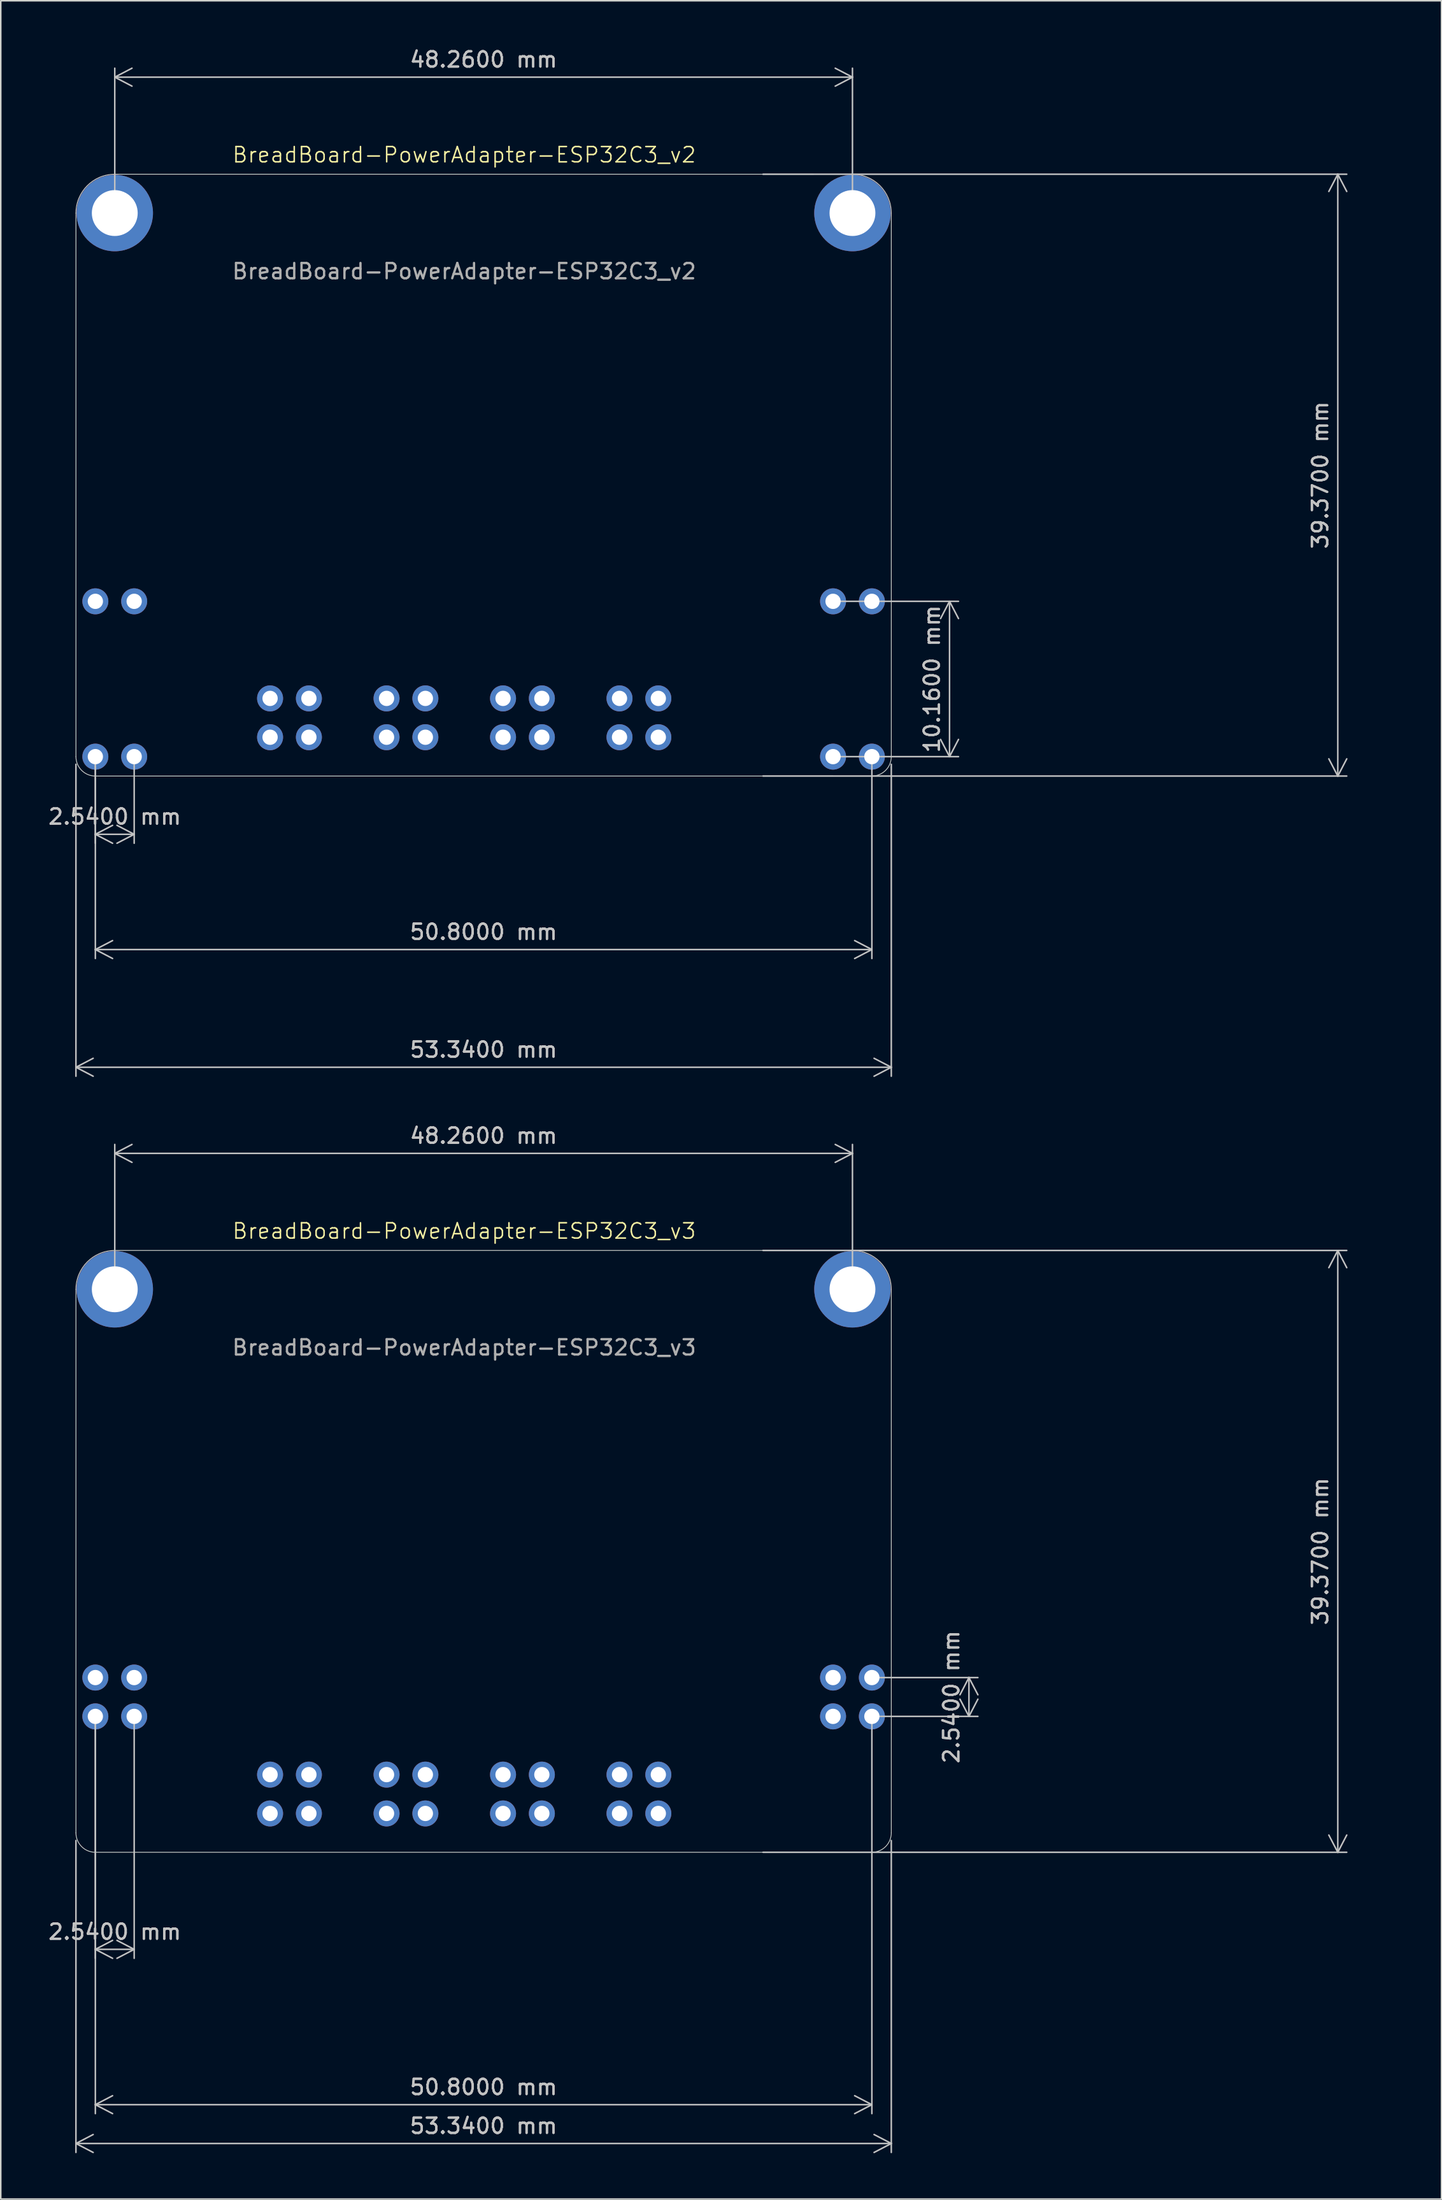
<source format=kicad_pcb>
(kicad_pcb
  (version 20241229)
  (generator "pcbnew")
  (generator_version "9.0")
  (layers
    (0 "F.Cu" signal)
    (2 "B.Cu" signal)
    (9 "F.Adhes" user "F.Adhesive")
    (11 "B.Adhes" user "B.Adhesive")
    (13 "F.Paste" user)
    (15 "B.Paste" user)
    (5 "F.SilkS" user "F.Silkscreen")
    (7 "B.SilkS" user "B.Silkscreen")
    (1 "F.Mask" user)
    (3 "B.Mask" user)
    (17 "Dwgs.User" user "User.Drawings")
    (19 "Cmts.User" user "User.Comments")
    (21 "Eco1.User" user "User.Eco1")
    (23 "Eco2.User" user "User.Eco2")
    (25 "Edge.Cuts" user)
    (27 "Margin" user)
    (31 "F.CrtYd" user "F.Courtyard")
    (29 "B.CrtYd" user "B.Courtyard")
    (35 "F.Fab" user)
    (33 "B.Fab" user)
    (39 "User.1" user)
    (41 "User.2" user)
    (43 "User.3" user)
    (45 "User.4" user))
  (footprint "BreadBoard-PowerAdapter-ESP32C3_v3"
    (layer "F.Cu")
    (at 27.318 104.153)
    (property "Reference" "BreadBoard-PowerAdapter-ESP32C3_v3" (at 0 -26.67 0) (unlocked yes) (layer "F.SilkS") (effects (font (size 1 1) (thickness 0.1))))
    (attr through_hole)
    (fp_line (start -25.4 12.7) (end -25.4 -22.86) (stroke (width 0.05) (type default)) (layer "Edge.Cuts"))
    (fp_line (start -24.13 13.97) (end 24.13 13.97) (stroke (width 0.05) (type default)) (layer "Edge.Cuts"))
    (fp_line (start -22.86 -25.4) (end 22.86 -25.4) (stroke (width 0.05) (type default)) (layer "Edge.Cuts"))
    (fp_line (start 27.94 -22.86) (end 27.94 12.7) (stroke (width 0.05) (type default)) (layer "Edge.Cuts"))
    (fp_arc (start -25.4 -22.86) (mid -24.656051 -24.656051) (end -22.86 -25.4) (stroke (width 0.05) (type default)) (layer "Edge.Cuts"))
    (fp_arc (start -24.13 13.97) (mid -25.028026 13.598026) (end -25.4 12.7) (stroke (width 0.05) (type default)) (layer "Edge.Cuts"))
    (fp_arc (start 25.4 -25.4) (mid 27.196051 -24.656051) (end 27.94 -22.86) (stroke (width 0.05) (type default)) (layer "Edge.Cuts"))
    (fp_arc (start 27.94 12.7) (mid 27.568026 13.598026) (end 26.67 13.97) (stroke (width 0.05) (type default)) (layer "Edge.Cuts"))
    (fp_text user "${REFERENCE}" (at 0 -19.05 0) (unlocked yes) (layer "F.Fab") (effects (font (size 1 1) (thickness 0.15))))
    (dimension (type aligned) (layer "Dwgs.User") (pts (xy 46.368 118.123) (xy 46.368 78.753)) (height 38.1) (format (prefix "") (suffix "") (units 3) (units_format 1) (precision 4)) (style (thickness 0.1) (arrow_length 1.27) (text_position_mode 0) (arrow_direction outward) (extension_height 0.586) (extension_offset 0.5) (keep_text_aligned yes)) (gr_text "39.3700 mm" (at 83.318 98.438 90) (layer "Dwgs.User") (effects (font (size 1 1) (thickness 0.15)))))
    (dimension (type aligned) (layer "Dwgs.User") (pts (xy 1.918 116.853) (xy 55.258 116.853)) (height 20.32) (format (prefix "") (suffix "") (units 3) (units_format 1) (precision 4)) (style (thickness 0.1) (arrow_length 1.27) (text_position_mode 0) (arrow_direction outward) (extension_height 0.586) (extension_offset 0.5) (keep_text_aligned yes)) (gr_text "53.3400 mm" (at 28.588 136.023 0) (layer "Dwgs.User") (effects (font (size 1 1) (thickness 0.15)))))
    (dimension (type aligned) (layer "Dwgs.User") (pts (xy 4.458 81.293) (xy 52.718 81.293)) (height -8.89) (format (prefix "") (suffix "") (units 3) (units_format 1) (precision 4)) (style (thickness 0.1) (arrow_length 1.27) (text_position_mode 0) (arrow_direction outward) (extension_height 0.586) (extension_offset 0.5) (keep_text_aligned yes)) (gr_text "48.2600 mm" (at 28.588 71.253 0) (layer "Dwgs.User") (effects (font (size 1 1) (thickness 0.15)))))
    (dimension (type aligned) (layer "Dwgs.User") (pts (xy 53.988 106.693) (xy 53.988 109.233)) (height -6.35) (format (prefix "") (suffix "") (units 3) (units_format 1) (precision 4)) (style (thickness 0.1) (arrow_length 1.27) (text_position_mode 0) (arrow_direction outward) (extension_height 0.586) (extension_offset 0.5) (keep_text_aligned yes)) (gr_text "2.5400 mm" (at 59.188 107.963 90) (layer "Dwgs.User") (effects (font (size 1 1) (thickness 0.15)))))
    (dimension (type aligned) (layer "Dwgs.User") (pts (xy 3.188 109.233) (xy 5.728 109.233)) (height 15.24) (format (prefix "") (suffix "") (units 3) (units_format 1) (precision 4)) (style (thickness 0.1) (arrow_length 1.27) (text_position_mode 0) (arrow_direction outward) (extension_height 0.586) (extension_offset 0.5) (keep_text_aligned yes)) (gr_text "2.5400 mm" (at 4.458 123.323 0) (layer "Dwgs.User") (effects (font (size 1 1) (thickness 0.15)))))
    (dimension (type aligned) (layer "Dwgs.User") (pts (xy 3.188 109.233) (xy 53.988 109.233)) (height 25.4) (format (prefix "") (suffix "") (units 3) (units_format 1) (precision 4)) (style (thickness 0.1) (arrow_length 1.27) (text_position_mode 0) (arrow_direction outward) (extension_height 0.586) (extension_offset 0.5) (keep_text_aligned yes)) (gr_text "50.8000 mm" (at 28.588 133.483 0) (layer "Dwgs.User") (effects (font (size 1 1) (thickness 0.15)))))
    (pad "1" thru_hole circle (at -12.7 8.89) (size 1.7 1.7) (drill 1) (layers "*.Cu" "*.Mask"))
    (pad "2" thru_hole circle (at -12.7 11.43) (size 1.7 1.7) (drill 1) (layers "*.Cu" "*.Mask"))
    (pad "3" thru_hole circle (at -10.16 8.89) (size 1.7 1.7) (drill 1) (layers "*.Cu" "*.Mask"))
    (pad "4" thru_hole circle (at -10.16 11.43) (size 1.7 1.7) (drill 1) (layers "*.Cu" "*.Mask"))
    (pad "5" thru_hole circle (at -5.08 8.89) (size 1.7 1.7) (drill 1) (layers "*.Cu" "*.Mask"))
    (pad "6" thru_hole circle (at -5.08 11.43) (size 1.7 1.7) (drill 1) (layers "*.Cu" "*.Mask"))
    (pad "7" thru_hole circle (at -2.54 8.89) (size 1.7 1.7) (drill 1) (layers "*.Cu" "*.Mask"))
    (pad "8" thru_hole circle (at -2.54 11.43) (size 1.7 1.7) (drill 1) (layers "*.Cu" "*.Mask"))
    (pad "9" thru_hole circle (at 2.54 8.89) (size 1.7 1.7) (drill 1) (layers "*.Cu" "*.Mask"))
    (pad "10" thru_hole circle (at 2.54 11.43) (size 1.7 1.7) (drill 1) (layers "*.Cu" "*.Mask"))
    (pad "11" thru_hole circle (at 5.08 8.89) (size 1.7 1.7) (drill 1) (layers "*.Cu" "*.Mask"))
    (pad "12" thru_hole circle (at 5.08 11.43) (size 1.7 1.7) (drill 1) (layers "*.Cu" "*.Mask"))
    (pad "13" thru_hole circle (at 10.16 8.89) (size 1.7 1.7) (drill 1) (layers "*.Cu" "*.Mask"))
    (pad "14" thru_hole circle (at 10.16 11.43) (size 1.7 1.7) (drill 1) (layers "*.Cu" "*.Mask"))
    (pad "15" thru_hole circle (at 12.7 8.89) (size 1.7 1.7) (drill 1) (layers "*.Cu" "*.Mask"))
    (pad "16" thru_hole circle (at 12.7 11.43) (size 1.7 1.7) (drill 1) (layers "*.Cu" "*.Mask"))
    (pad "G1" thru_hole circle (at -21.59 2.54) (size 1.7 1.7) (drill 1) (layers "*.Cu" "*.Mask"))
    (pad "G1" thru_hole circle (at -21.59 5.08) (size 1.7 1.7) (drill 1) (layers "*.Cu" "*.Mask"))
    (pad "G2" thru_hole circle (at 26.67 2.54) (size 1.7 1.7) (drill 1) (layers "*.Cu" "*.Mask"))
    (pad "G2" thru_hole circle (at 26.67 5.08) (size 1.7 1.7) (drill 1) (layers "*.Cu" "*.Mask"))
    (pad "GND" thru_hole circle (at -22.86 -22.86) (size 5 5) (drill 3) (layers "*.Cu" "*.Mask"))
    (pad "GND" thru_hole circle (at 25.4 -22.86) (size 5 5) (drill 3) (layers "*.Cu" "*.Mask"))
    (pad "V1" thru_hole circle (at -24.13 2.54) (size 1.7 1.7) (drill 1) (layers "*.Cu" "*.Mask"))
    (pad "V1" thru_hole circle (at -24.13 5.08) (size 1.7 1.7) (drill 1) (layers "*.Cu" "*.Mask"))
    (pad "V2" thru_hole circle (at 24.13 2.54) (size 1.7 1.7) (drill 1) (layers "*.Cu" "*.Mask"))
    (pad "V2" thru_hole circle (at 24.13 5.08) (size 1.7 1.7) (drill 1) (layers "*.Cu" "*.Mask")))
  (footprint "BreadBoard-PowerAdapter-ESP32C3_v2"
    (layer "F.Cu")
    (at 27.318 33.748)
    (property "Reference" "BreadBoard-PowerAdapter-ESP32C3_v2" (at 0 -26.67 0) (unlocked yes) (layer "F.SilkS") (effects (font (size 1 1) (thickness 0.1))))
    (attr through_hole)
    (fp_line (start -25.4 12.7) (end -25.4 -22.86) (stroke (width 0.05) (type default)) (layer "Edge.Cuts"))
    (fp_line (start -24.13 13.97) (end 24.13 13.97) (stroke (width 0.05) (type default)) (layer "Edge.Cuts"))
    (fp_line (start -22.86 -25.4) (end 22.86 -25.4) (stroke (width 0.05) (type default)) (layer "Edge.Cuts"))
    (fp_line (start 27.94 -22.86) (end 27.94 12.7) (stroke (width 0.05) (type default)) (layer "Edge.Cuts"))
    (fp_arc (start -25.4 -22.86) (mid -24.656051 -24.656051) (end -22.86 -25.4) (stroke (width 0.05) (type default)) (layer "Edge.Cuts"))
    (fp_arc (start -24.13 13.97) (mid -25.028026 13.598026) (end -25.4 12.7) (stroke (width 0.05) (type default)) (layer "Edge.Cuts"))
    (fp_arc (start 25.4 -25.4) (mid 27.196051 -24.656051) (end 27.94 -22.86) (stroke (width 0.05) (type default)) (layer "Edge.Cuts"))
    (fp_arc (start 27.94 12.7) (mid 27.568026 13.598026) (end 26.67 13.97) (stroke (width 0.05) (type default)) (layer "Edge.Cuts"))
    (fp_text user "${REFERENCE}" (at 0 -19.05 0) (unlocked yes) (layer "F.Fab") (effects (font (size 1 1) (thickness 0.15))))
    (dimension (type aligned) (layer "Dwgs.User") (pts (xy 3.188 46.448) (xy 53.988 46.448)) (height 12.619) (format (prefix "") (suffix "") (units 3) (units_format 1) (precision 4)) (style (thickness 0.1) (arrow_length 1.27) (text_position_mode 0) (arrow_direction outward) (extension_height 0.586) (extension_offset 0.5) (keep_text_aligned yes)) (gr_text "50.8000 mm" (at 28.588 57.918 2.255739275e-06) (layer "Dwgs.User") (effects (font (size 1 1) (thickness 0.15)))))
    (dimension (type aligned) (layer "Dwgs.User") (pts (xy 4.458 10.888) (xy 52.718 10.888)) (height -8.89) (format (prefix "") (suffix "") (units 3) (units_format 1) (precision 4)) (style (thickness 0.1) (arrow_length 1.27) (text_position_mode 0) (arrow_direction outward) (extension_height 0.586) (extension_offset 0.5) (keep_text_aligned yes)) (gr_text "48.2600 mm" (at 28.588 0.848 0) (layer "Dwgs.User") (effects (font (size 1 1) (thickness 0.15)))))
    (dimension (type aligned) (layer "Dwgs.User") (pts (xy 3.188 46.448) (xy 5.728 46.448)) (height 5.08) (format (prefix "") (suffix "") (units 3) (units_format 1) (precision 4)) (style (thickness 0.1) (arrow_length 1.27) (text_position_mode 0) (arrow_direction outward) (extension_height 0.586) (extension_offset 0.5) (keep_text_aligned yes)) (gr_text "2.5400 mm" (at 4.458 50.378 0) (layer "Dwgs.User") (effects (font (size 1 1) (thickness 0.15)))))
    (dimension (type aligned) (layer "Dwgs.User") (pts (xy 51.448 46.448) (xy 51.448 36.288)) (height 7.62) (format (prefix "") (suffix "") (units 3) (units_format 1) (precision 4)) (style (thickness 0.1) (arrow_length 1.27) (text_position_mode 0) (arrow_direction outward) (extension_height 0.586) (extension_offset 0.5) (keep_text_aligned yes)) (gr_text "10.1600 mm" (at 57.918 41.368 90) (layer "Dwgs.User") (effects (font (size 1 1) (thickness 0.15)))))
    (dimension (type aligned) (layer "Dwgs.User") (pts (xy 46.368 47.718) (xy 46.368 8.348)) (height 38.1) (format (prefix "") (suffix "") (units 3) (units_format 1) (precision 4)) (style (thickness 0.1) (arrow_length 1.27) (text_position_mode 0) (arrow_direction outward) (extension_height 0.586) (extension_offset 0.5) (keep_text_aligned yes)) (gr_text "39.3700 mm" (at 83.318 28.033 90) (layer "Dwgs.User") (effects (font (size 1 1) (thickness 0.15)))))
    (dimension (type aligned) (layer "Dwgs.User") (pts (xy 1.918 46.448) (xy 55.258 46.448)) (height 20.32) (format (prefix "") (suffix "") (units 3) (units_format 1) (precision 4)) (style (thickness 0.1) (arrow_length 1.27) (text_position_mode 0) (arrow_direction outward) (extension_height 0.586) (extension_offset 0.5) (keep_text_aligned yes)) (gr_text "53.3400 mm" (at 28.588 65.618 0) (layer "Dwgs.User") (effects (font (size 1 1) (thickness 0.15)))))
    (pad "1" thru_hole circle (at -12.7 8.89) (size 1.7 1.7) (drill 1) (layers "*.Cu" "*.Mask"))
    (pad "2" thru_hole circle (at -12.7 11.43) (size 1.7 1.7) (drill 1) (layers "*.Cu" "*.Mask"))
    (pad "3" thru_hole circle (at -10.16 8.89) (size 1.7 1.7) (drill 1) (layers "*.Cu" "*.Mask"))
    (pad "4" thru_hole circle (at -10.16 11.43) (size 1.7 1.7) (drill 1) (layers "*.Cu" "*.Mask"))
    (pad "5" thru_hole circle (at -5.08 8.89) (size 1.7 1.7) (drill 1) (layers "*.Cu" "*.Mask"))
    (pad "6" thru_hole circle (at -5.08 11.43) (size 1.7 1.7) (drill 1) (layers "*.Cu" "*.Mask"))
    (pad "7" thru_hole circle (at -2.54 8.89) (size 1.7 1.7) (drill 1) (layers "*.Cu" "*.Mask"))
    (pad "8" thru_hole circle (at -2.54 11.43) (size 1.7 1.7) (drill 1) (layers "*.Cu" "*.Mask"))
    (pad "9" thru_hole circle (at 2.54 8.89) (size 1.7 1.7) (drill 1) (layers "*.Cu" "*.Mask"))
    (pad "10" thru_hole circle (at 2.54 11.43) (size 1.7 1.7) (drill 1) (layers "*.Cu" "*.Mask"))
    (pad "11" thru_hole circle (at 5.08 8.89) (size 1.7 1.7) (drill 1) (layers "*.Cu" "*.Mask"))
    (pad "12" thru_hole circle (at 5.08 11.43) (size 1.7 1.7) (drill 1) (layers "*.Cu" "*.Mask"))
    (pad "13" thru_hole circle (at 10.16 8.89) (size 1.7 1.7) (drill 1) (layers "*.Cu" "*.Mask"))
    (pad "14" thru_hole circle (at 10.16 11.43) (size 1.7 1.7) (drill 1) (layers "*.Cu" "*.Mask"))
    (pad "15" thru_hole circle (at 12.7 8.89) (size 1.7 1.7) (drill 1) (layers "*.Cu" "*.Mask"))
    (pad "16" thru_hole circle (at 12.7 11.43) (size 1.7 1.7) (drill 1) (layers "*.Cu" "*.Mask"))
    (pad "G1" thru_hole circle (at -21.59 2.54) (size 1.7 1.7) (drill 1) (layers "*.Cu" "*.Mask"))
    (pad "G1" thru_hole circle (at -21.59 12.7) (size 1.7 1.7) (drill 1) (layers "*.Cu" "*.Mask"))
    (pad "G2" thru_hole circle (at 26.67 2.54) (size 1.7 1.7) (drill 1) (layers "*.Cu" "*.Mask"))
    (pad "G2" thru_hole circle (at 26.67 12.7) (size 1.7 1.7) (drill 1) (layers "*.Cu" "*.Mask"))
    (pad "GND" thru_hole circle (at -22.86 -22.86) (size 5 5) (drill 3) (layers "*.Cu" "*.Mask"))
    (pad "GND" thru_hole circle (at 25.4 -22.86) (size 5 5) (drill 3) (layers "*.Cu" "*.Mask"))
    (pad "V1" thru_hole circle (at -24.13 2.54) (size 1.7 1.7) (drill 1) (layers "*.Cu" "*.Mask"))
    (pad "V1" thru_hole circle (at -24.13 12.7) (size 1.7 1.7) (drill 1) (layers "*.Cu" "*.Mask"))
    (pad "V2" thru_hole circle (at 24.13 2.54) (size 1.7 1.7) (drill 1) (layers "*.Cu" "*.Mask"))
    (pad "V2" thru_hole circle (at 24.13 12.7) (size 1.7 1.7) (drill 1) (layers "*.Cu" "*.Mask")))
  (gr_rect
    (start -3 -3)
    (end 91.253 140.809)
    (stroke (width 0.1) (type default))
    (fill no)
    (layer "Edge.Cuts")))
</source>
